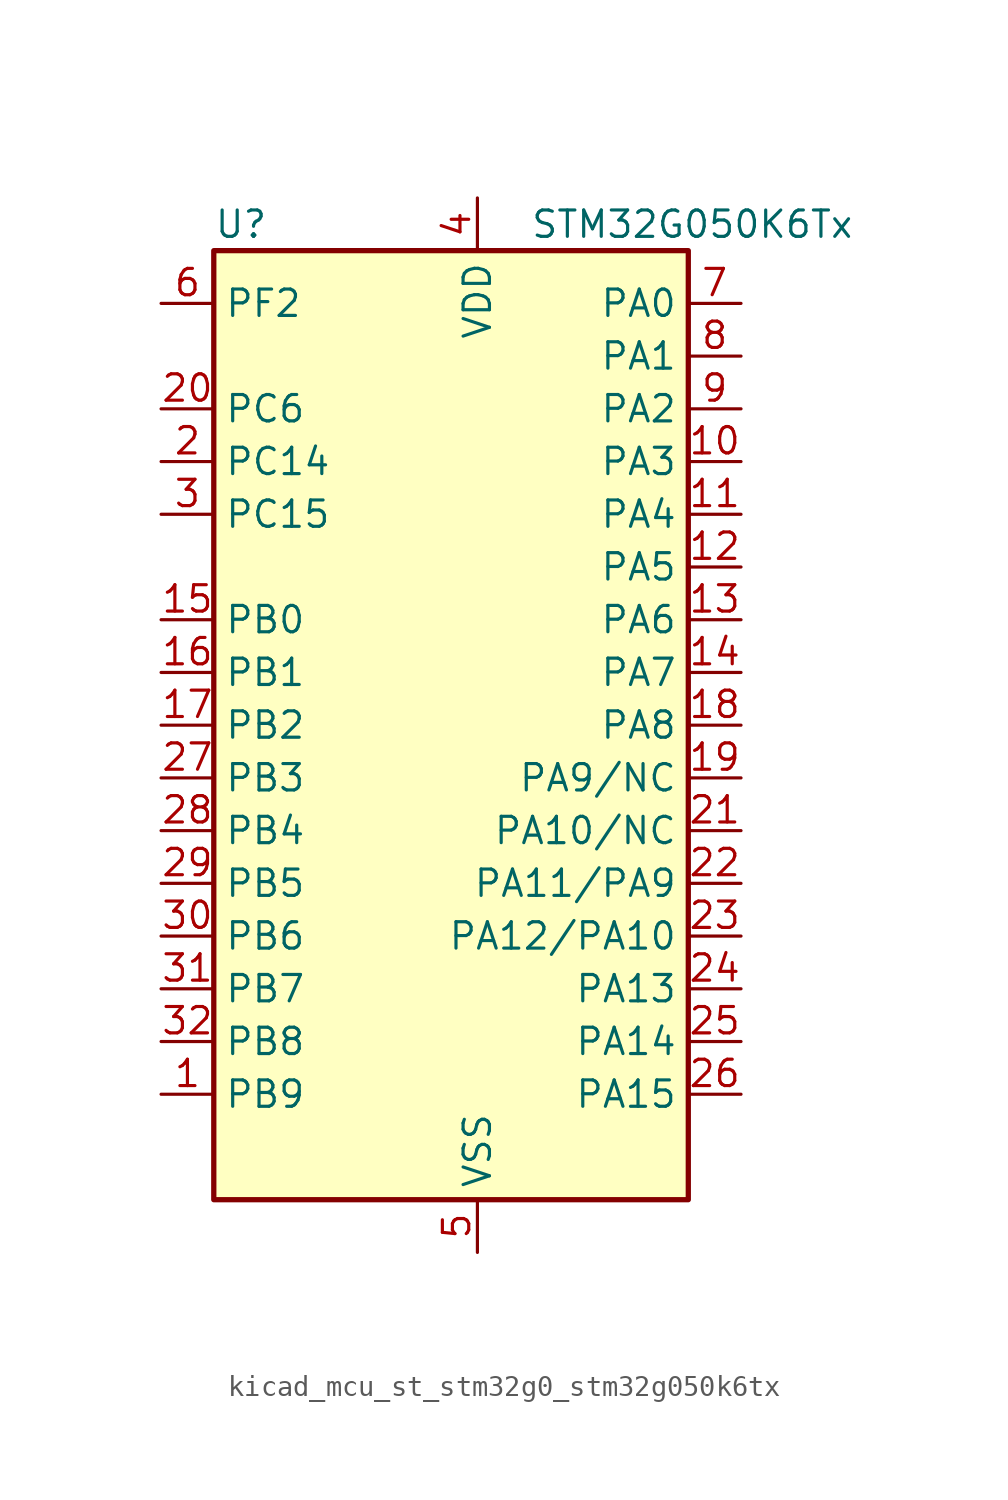
<source format=kicad_sym>
(kicad_symbol_lib
  (version 20220914)
  (generator kicad_symbol_editor)
  (symbol "kicad_mcu_st_stm32g0_stm32g050k6tx"
    (property "Reference" "U"
      (at -10.16 24.13 0)
      (effects (font (size 1.27 1.27)) (justify left)))
    (property "Value" "STM32G050K6Tx"
      (at 5.08 24.13 0)
      (effects (font (size 1.27 1.27)) (justify left)))
    (property "ki_locked" ""
      (at 0 0 0)
      (effects (font (size 1.27 1.27))))
    (symbol "kicad_mcu_st_stm32g0_stm32g050k6tx_0_1"
      (rectangle (start -10.16 -22.86) (end 12.7 22.86) (stroke (width 0.254) (type default)) (fill (type background))))
    (symbol "kicad_mcu_st_stm32g0_stm32g050k6tx_1_1"
      (pin bidirectional line (at -12.7 -17.78 0) (length 2.54) (name "PB9" (effects (font (size 1.27 1.27)))) (number "1" (effects (font (size 1.27 1.27)))) (alternate "I2C1_SDA" bidirectional line) (alternate "IR_OUT" bidirectional line) (alternate "SPI2_NSS" bidirectional line) (alternate "TIM17_CH1" bidirectional line))
      (pin bidirectional line (at 15.24 12.7 180) (length 2.54) (name "PA3" (effects (font (size 1.27 1.27)))) (number "10" (effects (font (size 1.27 1.27)))) (alternate "ADC1_IN3" bidirectional line) (alternate "SPI2_MISO" bidirectional line) (alternate "TIM15_CH2" bidirectional line) (alternate "USART2_RX" bidirectional line))
      (pin bidirectional line (at 15.24 10.16 180) (length 2.54) (name "PA4" (effects (font (size 1.27 1.27)))) (number "11" (effects (font (size 1.27 1.27)))) (alternate "ADC1_IN4" bidirectional line) (alternate "I2S1_WS" bidirectional line) (alternate "RTC_OUT1" bidirectional line) (alternate "RTC_TAMP_IN1" bidirectional line) (alternate "RTC_TS" bidirectional line) (alternate "SPI1_NSS" bidirectional line) (alternate "SPI2_MOSI" bidirectional line) (alternate "SYS_WKUP2" bidirectional line) (alternate "TIM14_CH1" bidirectional line))
      (pin bidirectional line (at 15.24 7.62 180) (length 2.54) (name "PA5" (effects (font (size 1.27 1.27)))) (number "12" (effects (font (size 1.27 1.27)))) (alternate "ADC1_IN5" bidirectional line) (alternate "I2S1_CK" bidirectional line) (alternate "SPI1_SCK" bidirectional line))
      (pin bidirectional line (at 15.24 5.08 180) (length 2.54) (name "PA6" (effects (font (size 1.27 1.27)))) (number "13" (effects (font (size 1.27 1.27)))) (alternate "ADC1_IN6" bidirectional line) (alternate "I2S1_MCK" bidirectional line) (alternate "SPI1_MISO" bidirectional line) (alternate "TIM16_CH1" bidirectional line) (alternate "TIM1_BK" bidirectional line) (alternate "TIM3_CH1" bidirectional line))
      (pin bidirectional line (at 15.24 2.54 180) (length 2.54) (name "PA7" (effects (font (size 1.27 1.27)))) (number "14" (effects (font (size 1.27 1.27)))) (alternate "ADC1_IN7" bidirectional line) (alternate "I2S1_SD" bidirectional line) (alternate "SPI1_MOSI" bidirectional line) (alternate "TIM14_CH1" bidirectional line) (alternate "TIM17_CH1" bidirectional line) (alternate "TIM1_CH1N" bidirectional line) (alternate "TIM3_CH2" bidirectional line))
      (pin bidirectional line (at -12.7 5.08 0) (length 2.54) (name "PB0" (effects (font (size 1.27 1.27)))) (number "15" (effects (font (size 1.27 1.27)))) (alternate "ADC1_IN8" bidirectional line) (alternate "I2S1_WS" bidirectional line) (alternate "SPI1_NSS" bidirectional line) (alternate "TIM1_CH2N" bidirectional line) (alternate "TIM3_CH3" bidirectional line))
      (pin bidirectional line (at -12.7 2.54 0) (length 2.54) (name "PB1" (effects (font (size 1.27 1.27)))) (number "16" (effects (font (size 1.27 1.27)))) (alternate "ADC1_IN9" bidirectional line) (alternate "TIM14_CH1" bidirectional line) (alternate "TIM1_CH3N" bidirectional line) (alternate "TIM3_CH4" bidirectional line))
      (pin bidirectional line (at -12.7 0 0) (length 2.54) (name "PB2" (effects (font (size 1.27 1.27)))) (number "17" (effects (font (size 1.27 1.27)))) (alternate "ADC1_IN10" bidirectional line) (alternate "SPI2_MISO" bidirectional line))
      (pin bidirectional line (at 15.24 0 180) (length 2.54) (name "PA8" (effects (font (size 1.27 1.27)))) (number "18" (effects (font (size 1.27 1.27)))) (alternate "RCC_MCO" bidirectional line) (alternate "SPI2_NSS" bidirectional line) (alternate "TIM1_CH1" bidirectional line))
      (pin bidirectional line (at 15.24 -2.54 180) (length 2.54) (name "PA9/NC" (effects (font (size 1.27 1.27)))) (number "19" (effects (font (size 1.27 1.27)))) (alternate "I2C1_SCL" bidirectional line) (alternate "RCC_MCO" bidirectional line) (alternate "SPI2_MISO" bidirectional line) (alternate "TIM15_BK" bidirectional line) (alternate "TIM1_CH2" bidirectional line) (alternate "USART1_TX" bidirectional line))
      (pin bidirectional line (at -12.7 12.7 0) (length 2.54) (name "PC14" (effects (font (size 1.27 1.27)))) (number "2" (effects (font (size 1.27 1.27)))) (alternate "RCC_OSC32_IN" bidirectional line) (alternate "RCC_OSC_IN" bidirectional line) (alternate "TIM1_BK2" bidirectional line))
      (pin bidirectional line (at -12.7 15.24 0) (length 2.54) (name "PC6" (effects (font (size 1.27 1.27)))) (number "20" (effects (font (size 1.27 1.27)))) (alternate "TIM3_CH1" bidirectional line))
      (pin bidirectional line (at 15.24 -5.08 180) (length 2.54) (name "PA10/NC" (effects (font (size 1.27 1.27)))) (number "21" (effects (font (size 1.27 1.27)))) (alternate "I2C1_SDA" bidirectional line) (alternate "SPI2_MOSI" bidirectional line) (alternate "TIM17_BK" bidirectional line) (alternate "TIM1_CH3" bidirectional line) (alternate "USART1_RX" bidirectional line))
      (pin bidirectional line (at 15.24 -7.62 180) (length 2.54) (name "PA11/PA9" (effects (font (size 1.27 1.27)))) (number "22" (effects (font (size 1.27 1.27)))) (alternate "ADC1_EXTI11" bidirectional line) (alternate "ADC1_IN15" bidirectional line) (alternate "I2C2_SCL" bidirectional line) (alternate "I2S1_MCK" bidirectional line) (alternate "SPI1_MISO" bidirectional line) (alternate "TIM1_BK2" bidirectional line) (alternate "TIM1_CH4" bidirectional line) (alternate "USART1_CTS" bidirectional line) (alternate "USART1_NSS" bidirectional line))
      (pin bidirectional line (at 15.24 -10.16 180) (length 2.54) (name "PA12/PA10" (effects (font (size 1.27 1.27)))) (number "23" (effects (font (size 1.27 1.27)))) (alternate "ADC1_IN16" bidirectional line) (alternate "I2C2_SDA" bidirectional line) (alternate "I2S1_SD" bidirectional line) (alternate "I2S_CKIN" bidirectional line) (alternate "SPI1_MOSI" bidirectional line) (alternate "TIM1_ETR" bidirectional line) (alternate "USART1_CK" bidirectional line) (alternate "USART1_DE" bidirectional line) (alternate "USART1_RTS" bidirectional line))
      (pin bidirectional line (at 15.24 -12.7 180) (length 2.54) (name "PA13" (effects (font (size 1.27 1.27)))) (number "24" (effects (font (size 1.27 1.27)))) (alternate "ADC1_IN17" bidirectional line) (alternate "IR_OUT" bidirectional line) (alternate "SYS_SWDIO" bidirectional line))
      (pin bidirectional line (at 15.24 -15.24 180) (length 2.54) (name "PA14" (effects (font (size 1.27 1.27)))) (number "25" (effects (font (size 1.27 1.27)))) (alternate "ADC1_IN18" bidirectional line) (alternate "SYS_SWCLK" bidirectional line) (alternate "USART2_TX" bidirectional line))
      (pin bidirectional line (at 15.24 -17.78 180) (length 2.54) (name "PA15" (effects (font (size 1.27 1.27)))) (number "26" (effects (font (size 1.27 1.27)))) (alternate "I2S1_WS" bidirectional line) (alternate "SPI1_NSS" bidirectional line) (alternate "USART2_RX" bidirectional line))
      (pin bidirectional line (at -12.7 -2.54 0) (length 2.54) (name "PB3" (effects (font (size 1.27 1.27)))) (number "27" (effects (font (size 1.27 1.27)))) (alternate "I2S1_CK" bidirectional line) (alternate "SPI1_SCK" bidirectional line) (alternate "TIM1_CH2" bidirectional line) (alternate "USART1_CK" bidirectional line) (alternate "USART1_DE" bidirectional line) (alternate "USART1_RTS" bidirectional line))
      (pin bidirectional line (at -12.7 -5.08 0) (length 2.54) (name "PB4" (effects (font (size 1.27 1.27)))) (number "28" (effects (font (size 1.27 1.27)))) (alternate "I2S1_MCK" bidirectional line) (alternate "SPI1_MISO" bidirectional line) (alternate "TIM17_BK" bidirectional line) (alternate "TIM3_CH1" bidirectional line) (alternate "USART1_CTS" bidirectional line) (alternate "USART1_NSS" bidirectional line))
      (pin bidirectional line (at -12.7 -7.62 0) (length 2.54) (name "PB5" (effects (font (size 1.27 1.27)))) (number "29" (effects (font (size 1.27 1.27)))) (alternate "I2C1_SMBA" bidirectional line) (alternate "I2S1_SD" bidirectional line) (alternate "SPI1_MOSI" bidirectional line) (alternate "SYS_WKUP6" bidirectional line) (alternate "TIM16_BK" bidirectional line) (alternate "TIM3_CH2" bidirectional line))
      (pin bidirectional line (at -12.7 10.16 0) (length 2.54) (name "PC15" (effects (font (size 1.27 1.27)))) (number "3" (effects (font (size 1.27 1.27)))) (alternate "RCC_OSC32_EN" bidirectional line) (alternate "RCC_OSC32_OUT" bidirectional line) (alternate "RCC_OSC_EN" bidirectional line) (alternate "TIM15_BK" bidirectional line))
      (pin bidirectional line (at -12.7 -10.16 0) (length 2.54) (name "PB6" (effects (font (size 1.27 1.27)))) (number "30" (effects (font (size 1.27 1.27)))) (alternate "I2C1_SCL" bidirectional line) (alternate "SPI2_MISO" bidirectional line) (alternate "TIM16_CH1N" bidirectional line) (alternate "TIM1_CH3" bidirectional line) (alternate "USART1_TX" bidirectional line))
      (pin bidirectional line (at -12.7 -12.7 0) (length 2.54) (name "PB7" (effects (font (size 1.27 1.27)))) (number "31" (effects (font (size 1.27 1.27)))) (alternate "ADC1_IN11" bidirectional line) (alternate "I2C1_SDA" bidirectional line) (alternate "SPI2_MOSI" bidirectional line) (alternate "SYS_PVD_IN" bidirectional line) (alternate "TIM17_CH1N" bidirectional line) (alternate "USART1_RX" bidirectional line))
      (pin bidirectional line (at -12.7 -15.24 0) (length 2.54) (name "PB8" (effects (font (size 1.27 1.27)))) (number "32" (effects (font (size 1.27 1.27)))) (alternate "I2C1_SCL" bidirectional line) (alternate "SPI2_SCK" bidirectional line) (alternate "TIM15_BK" bidirectional line) (alternate "TIM16_CH1" bidirectional line))
      (pin power_in line (at 2.54 25.4 270) (length 2.54) (name "VDD" (effects (font (size 1.27 1.27)))) (number "4" (effects (font (size 1.27 1.27)))))
      (pin power_in line (at 2.54 -25.4 90) (length 2.54) (name "VSS" (effects (font (size 1.27 1.27)))) (number "5" (effects (font (size 1.27 1.27)))))
      (pin bidirectional line (at -12.7 20.32 0) (length 2.54) (name "PF2" (effects (font (size 1.27 1.27)))) (number "6" (effects (font (size 1.27 1.27)))) (alternate "RCC_MCO" bidirectional line))
      (pin bidirectional line (at 15.24 20.32 180) (length 2.54) (name "PA0" (effects (font (size 1.27 1.27)))) (number "7" (effects (font (size 1.27 1.27)))) (alternate "ADC1_IN0" bidirectional line) (alternate "RTC_TAMP_IN2" bidirectional line) (alternate "SPI2_SCK" bidirectional line) (alternate "SYS_WKUP1" bidirectional line) (alternate "USART2_CTS" bidirectional line) (alternate "USART2_NSS" bidirectional line))
      (pin bidirectional line (at 15.24 17.78 180) (length 2.54) (name "PA1" (effects (font (size 1.27 1.27)))) (number "8" (effects (font (size 1.27 1.27)))) (alternate "ADC1_IN1" bidirectional line) (alternate "I2C1_SMBA" bidirectional line) (alternate "I2S1_CK" bidirectional line) (alternate "SPI1_SCK" bidirectional line) (alternate "TIM15_CH1N" bidirectional line) (alternate "USART2_CK" bidirectional line) (alternate "USART2_DE" bidirectional line) (alternate "USART2_RTS" bidirectional line))
      (pin bidirectional line (at 15.24 15.24 180) (length 2.54) (name "PA2" (effects (font (size 1.27 1.27)))) (number "9" (effects (font (size 1.27 1.27)))) (alternate "ADC1_IN2" bidirectional line) (alternate "I2S1_SD" bidirectional line) (alternate "RCC_LSCO" bidirectional line) (alternate "SPI1_MOSI" bidirectional line) (alternate "SYS_WKUP4" bidirectional line) (alternate "TIM15_CH1" bidirectional line) (alternate "USART2_TX" bidirectional line)))))
</source>
